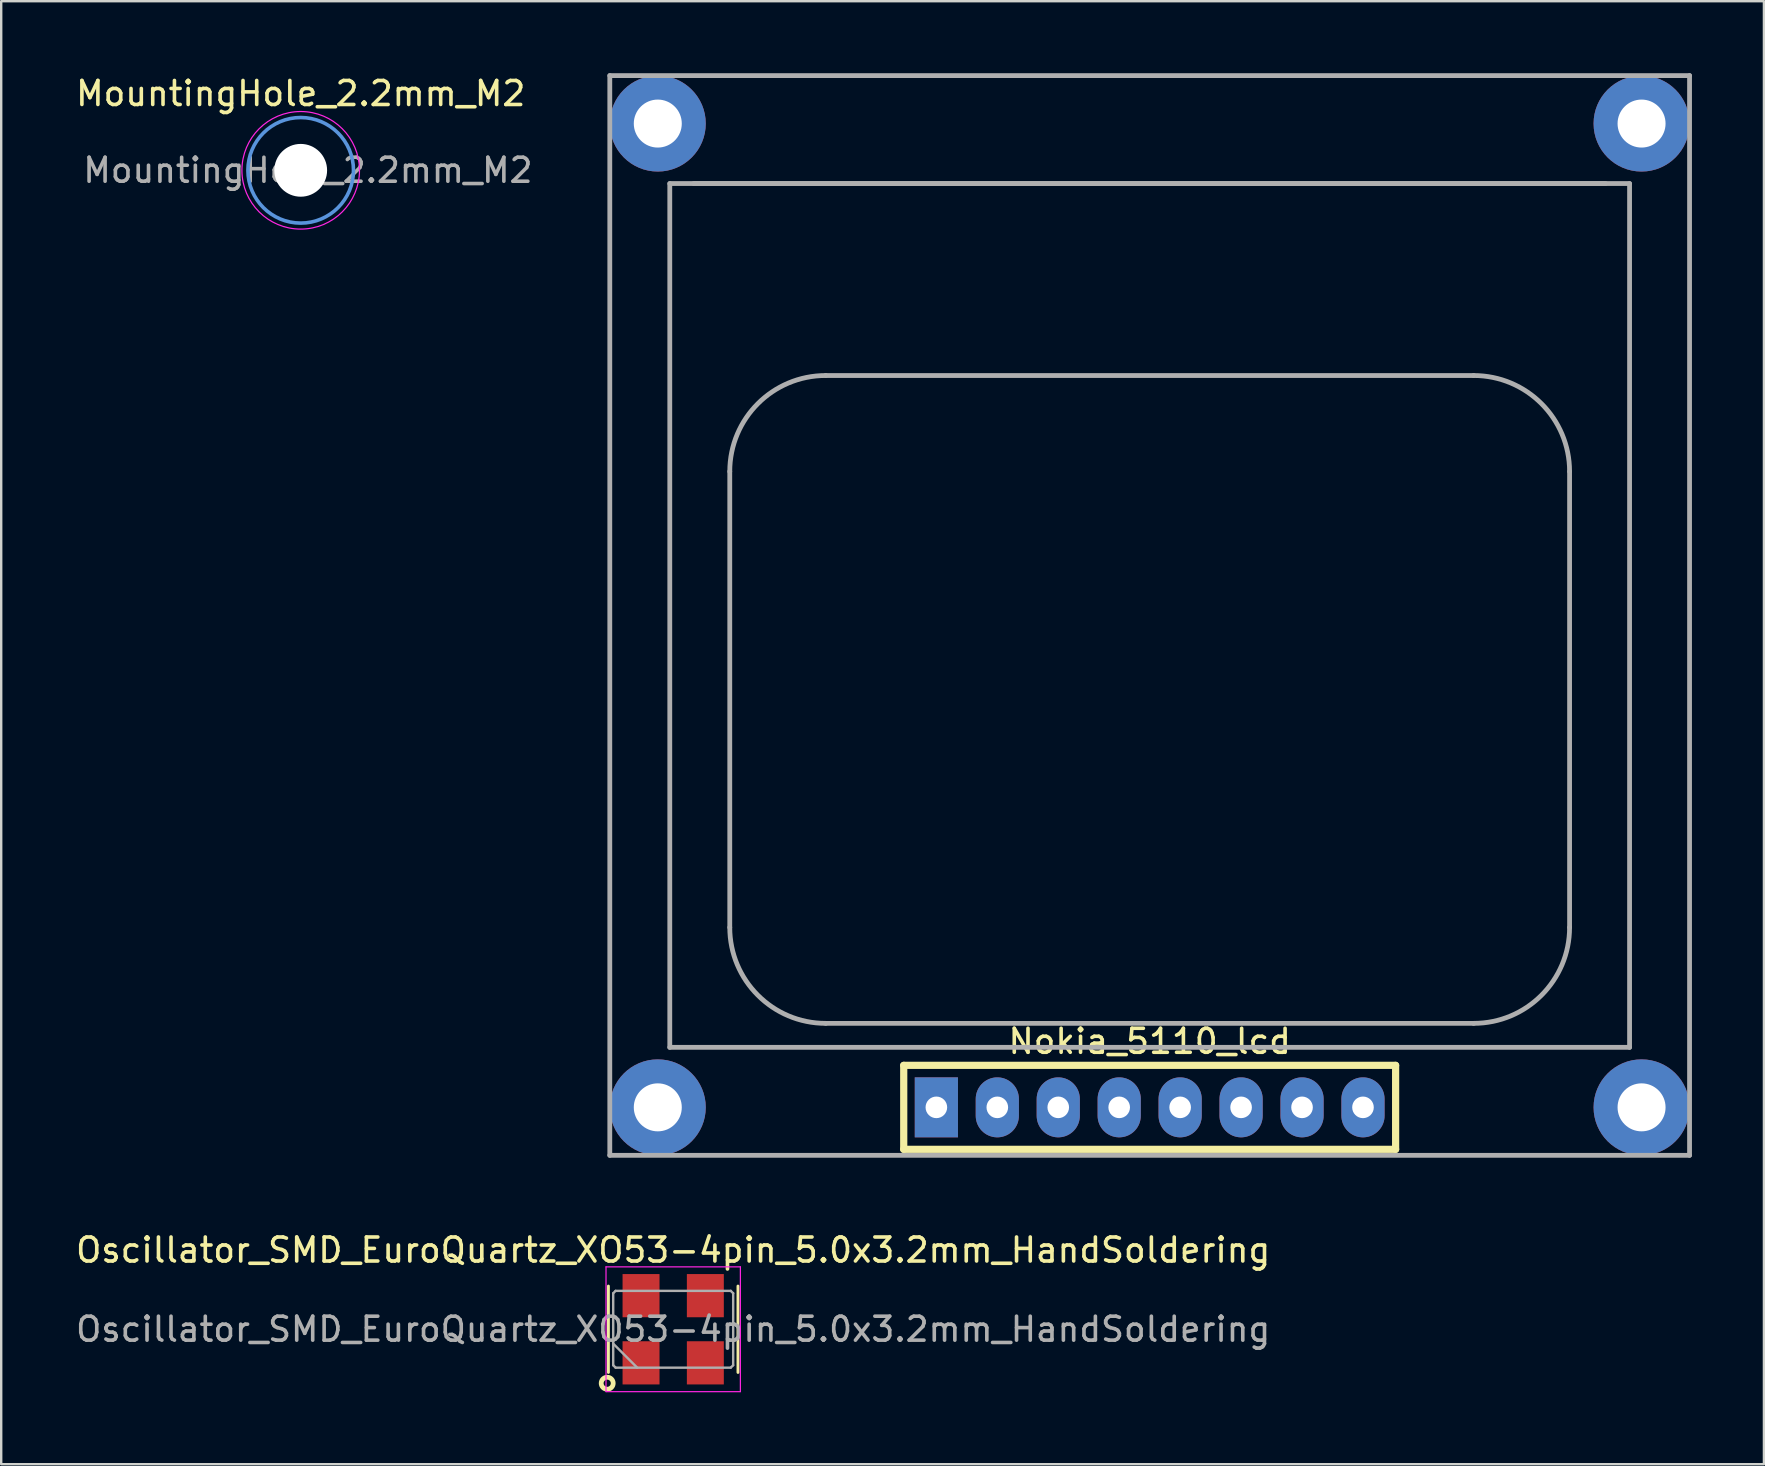
<source format=kicad_pcb>
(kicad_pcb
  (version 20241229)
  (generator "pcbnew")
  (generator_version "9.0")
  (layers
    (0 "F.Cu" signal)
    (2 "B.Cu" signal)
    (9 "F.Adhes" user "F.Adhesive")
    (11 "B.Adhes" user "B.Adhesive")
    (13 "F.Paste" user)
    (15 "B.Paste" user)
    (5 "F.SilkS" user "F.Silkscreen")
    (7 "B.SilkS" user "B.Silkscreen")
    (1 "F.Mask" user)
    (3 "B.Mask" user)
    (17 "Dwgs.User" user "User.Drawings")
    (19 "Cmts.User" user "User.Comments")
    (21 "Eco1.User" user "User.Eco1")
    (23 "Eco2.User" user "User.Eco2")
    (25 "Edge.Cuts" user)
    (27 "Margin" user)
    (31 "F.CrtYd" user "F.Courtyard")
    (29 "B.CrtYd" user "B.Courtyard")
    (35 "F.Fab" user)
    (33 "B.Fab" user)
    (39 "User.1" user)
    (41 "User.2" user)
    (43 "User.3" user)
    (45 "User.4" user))
  (footprint "Oscillator_SMD_EuroQuartz_XO53-4pin_5.0x3.2mm_HandSoldering"
    (layer "F.Cu")
    (at 25.006 52.348)
    (property "Reference" "Oscillator_SMD_EuroQuartz_XO53-4pin_5.0x3.2mm_HandSoldering" (at 0 -3.3 0) (layer "F.SilkS") (effects (font (size 1 1) (thickness 0.15))))
    (attr smd)
    (fp_line (start -2.7 1.8) (end -2.7 -1.8) (stroke (width 0.12) (type solid)) (layer "F.SilkS"))
    (fp_line (start 2.7 -1.8) (end 2.7 1.8) (stroke (width 0.12) (type solid)) (layer "F.SilkS"))
    (fp_circle (center -2.75 2.25) (end -2.75 2) (stroke (width 0.2) (type solid)) (fill no) (layer "F.SilkS"))
    (fp_line (start -2.8 -2.6) (end -2.8 2.6) (stroke (width 0.05) (type solid)) (layer "F.CrtYd"))
    (fp_line (start -2.8 2.6) (end 2.8 2.6) (stroke (width 0.05) (type solid)) (layer "F.CrtYd"))
    (fp_line (start 2.8 -2.6) (end -2.8 -2.6) (stroke (width 0.05) (type solid)) (layer "F.CrtYd"))
    (fp_line (start 2.8 2.6) (end 2.8 -2.6) (stroke (width 0.05) (type solid)) (layer "F.CrtYd"))
    (fp_line (start -2.5 -1.5) (end -2.4 -1.6) (stroke (width 0.1) (type solid)) (layer "F.Fab"))
    (fp_line (start -2.5 0.6) (end -1.5 1.6) (stroke (width 0.1) (type solid)) (layer "F.Fab"))
    (fp_line (start -2.5 1.5) (end -2.5 -1.5) (stroke (width 0.1) (type solid)) (layer "F.Fab"))
    (fp_line (start -2.4 -1.6) (end 2.4 -1.6) (stroke (width 0.1) (type solid)) (layer "F.Fab"))
    (fp_line (start -2.4 1.6) (end -2.5 1.5) (stroke (width 0.1) (type solid)) (layer "F.Fab"))
    (fp_line (start 2.4 -1.6) (end 2.5 -1.5) (stroke (width 0.1) (type solid)) (layer "F.Fab"))
    (fp_line (start 2.4 1.6) (end -2.4 1.6) (stroke (width 0.1) (type solid)) (layer "F.Fab"))
    (fp_line (start 2.5 -1.5) (end 2.5 1.5) (stroke (width 0.1) (type solid)) (layer "F.Fab"))
    (fp_line (start 2.5 1.5) (end 2.4 1.6) (stroke (width 0.1) (type solid)) (layer "F.Fab"))
    (fp_text user "${REFERENCE}" (at 0 0 0) (layer "F.Fab") (effects (font (size 1 1) (thickness 0.15))))
    (pad "1" smd rect (at -1.34 1.4) (size 1.54 1.8) (layers "F.Cu" "F.Mask" "F.Paste"))
    (pad "2" smd rect (at 1.34 1.4) (size 1.54 1.8) (layers "F.Cu" "F.Mask" "F.Paste"))
    (pad "3" smd rect (at 1.34 -1.4) (size 1.54 1.8) (layers "F.Cu" "F.Mask" "F.Paste"))
    (pad "4" smd rect (at -1.34 -1.4) (size 1.54 1.8) (layers "F.Cu" "F.Mask" "F.Paste")))
  (footprint "Nokia_5110_lcd"
    (layer "F.Cu")
    (at 44.864 26.1)
    (property "Reference" "Nokia_5110_lcd" (at 0 14.25 0) (layer "F.SilkS") (effects (font (size 1 1) (thickness 0.15))))
    (attr through_hole)
    (fp_line (start -10.25 15.25) (end 10.25 15.25) (stroke (width 0.3) (type solid)) (layer "F.SilkS"))
    (fp_line (start -10.25 18.75) (end -10.25 15.25) (stroke (width 0.3) (type solid)) (layer "F.SilkS"))
    (fp_line (start 10.25 15.25) (end 10.25 18.75) (stroke (width 0.3) (type solid)) (layer "F.SilkS"))
    (fp_line (start 10.25 18.75) (end -10.25 18.75) (stroke (width 0.3) (type solid)) (layer "F.SilkS"))
    (fp_line (start -22.5 -26) (end 22.5 -26) (stroke (width 0.2) (type solid)) (layer "F.Fab"))
    (fp_line (start -22.5 19) (end -22.5 -26) (stroke (width 0.2) (type solid)) (layer "F.Fab"))
    (fp_line (start -20 -21.5) (end -20 14.5) (stroke (width 0.2) (type solid)) (layer "F.Fab"))
    (fp_line (start -20 14.5) (end 20 14.5) (stroke (width 0.2) (type solid)) (layer "F.Fab"))
    (fp_line (start -17.5 -9.5) (end -17.5 9.5) (stroke (width 0.2) (type solid)) (layer "F.Fab"))
    (fp_line (start -13.5 -13.5) (end 13.5 -13.5) (stroke (width 0.2) (type solid)) (layer "F.Fab"))
    (fp_line (start -13.5 13.5) (end 13.5 13.5) (stroke (width 0.2) (type solid)) (layer "F.Fab"))
    (fp_line (start 17.5 -9.5) (end 17.5 9.5) (stroke (width 0.2) (type solid)) (layer "F.Fab"))
    (fp_line (start 19 -21.5) (end -20 -21.5) (stroke (width 0.2) (type solid)) (layer "F.Fab"))
    (fp_line (start 20 -21.5) (end -19 -21.5) (stroke (width 0.2) (type solid)) (layer "F.Fab"))
    (fp_line (start 20 14.5) (end 20 -21.5) (stroke (width 0.2) (type solid)) (layer "F.Fab"))
    (fp_line (start 22.5 -26) (end 22.5 19) (stroke (width 0.2) (type solid)) (layer "F.Fab"))
    (fp_line (start 22.5 19) (end -22.5 19) (stroke (width 0.2) (type solid)) (layer "F.Fab"))
    (fp_arc (start -17.5 -9.5) (mid -16.328427 -12.328427) (end -13.5 -13.5) (stroke (width 0.2) (type solid)) (layer "F.Fab"))
    (fp_arc (start -13.5 13.5) (mid -16.328427 12.328427) (end -17.5 9.5) (stroke (width 0.2) (type solid)) (layer "F.Fab"))
    (fp_arc (start 13.5 -13.5) (mid 16.328427 -12.328427) (end 17.5 -9.5) (stroke (width 0.2) (type solid)) (layer "F.Fab"))
    (fp_arc (start 17.5 9.5) (mid 16.328427 12.328427) (end 13.5 13.5) (stroke (width 0.2) (type solid)) (layer "F.Fab"))
    (pad "" np_thru_hole circle (at -20.5 -24) (size 4 4) (drill 2) (layers "*.Cu" "*.Mask"))
    (pad "" np_thru_hole circle (at -20.5 17) (size 4 4) (drill 2) (layers "*.Cu" "*.Mask"))
    (pad "" np_thru_hole circle (at 20.5 -24) (size 4 4) (drill 2) (layers "*.Cu" "*.Mask"))
    (pad "" np_thru_hole circle (at 20.5 17) (size 4 4) (drill 2) (layers "*.Cu" "*.Mask"))
    (pad "1" thru_hole rect (at -8.89 17) (size 1.8 2.5) (drill 0.9) (layers "*.Cu" "*.Mask"))
    (pad "2" thru_hole oval (at -6.35 17) (size 1.8 2.5) (drill 0.9) (layers "*.Cu" "*.Mask"))
    (pad "3" thru_hole oval (at -3.81 17) (size 1.8 2.5) (drill 0.9) (layers "*.Cu" "*.Mask"))
    (pad "4" thru_hole oval (at -1.27 17) (size 1.8 2.5) (drill 0.9) (layers "*.Cu" "*.Mask"))
    (pad "5" thru_hole oval (at 1.27 17) (size 1.8 2.5) (drill 0.9) (layers "*.Cu" "*.Mask"))
    (pad "6" thru_hole oval (at 3.81 17) (size 1.8 2.5) (drill 0.9) (layers "*.Cu" "*.Mask"))
    (pad "7" thru_hole oval (at 6.35 17) (size 1.8 2.5) (drill 0.9) (layers "*.Cu" "*.Mask"))
    (pad "8" thru_hole oval (at 8.89 17) (size 1.8 2.5) (drill 0.9) (layers "*.Cu" "*.Mask")))
  (footprint "MountingHole_2.2mm_M2"
    (layer "F.Cu")
    (at 9.482 4.048)
    (property "Reference" "MountingHole_2.2mm_M2" (at 0 -3.2 0) (layer "F.SilkS") (effects (font (size 1 1) (thickness 0.15))))
    (attr exclude_from_pos_files exclude_from_bom)
    (fp_circle (center 0 0) (end 2.2 0) (stroke (width 0.15) (type solid)) (fill no) (layer "Cmts.User"))
    (fp_circle (center 0 0) (end 2.45 0) (stroke (width 0.05) (type solid)) (fill no) (layer "F.CrtYd"))
    (fp_text user "${REFERENCE}" (at 0.3 0 0) (layer "F.Fab") (effects (font (size 1 1) (thickness 0.15))))
    (pad "" np_thru_hole circle (at 0 0) (size 2.2 2.2) (drill 2.2) (layers "*.Cu" "*.Mask")))
  (gr_rect
    (start -3 -3)
    (end 70.464 57.973)
    (stroke (width 0.1) (type default))
    (fill no)
    (layer "Edge.Cuts")))
</source>
